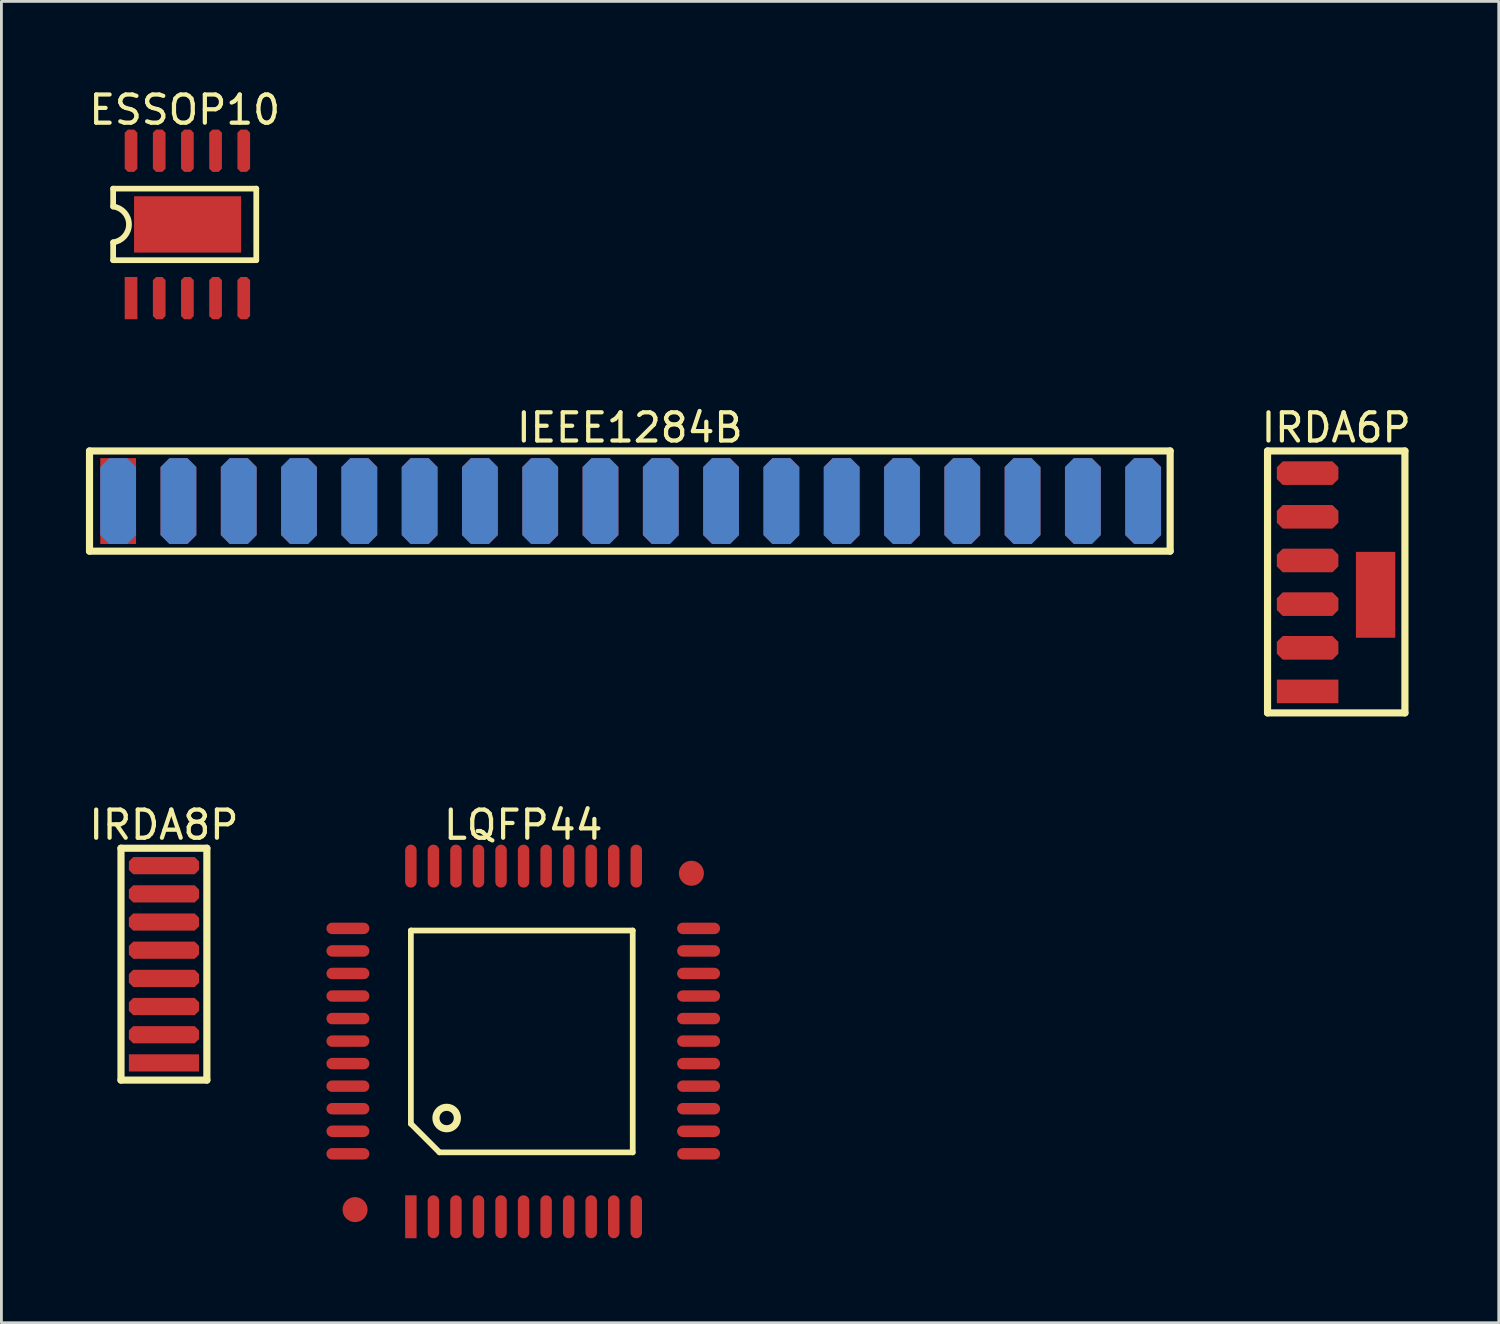
<source format=kicad_pcb>
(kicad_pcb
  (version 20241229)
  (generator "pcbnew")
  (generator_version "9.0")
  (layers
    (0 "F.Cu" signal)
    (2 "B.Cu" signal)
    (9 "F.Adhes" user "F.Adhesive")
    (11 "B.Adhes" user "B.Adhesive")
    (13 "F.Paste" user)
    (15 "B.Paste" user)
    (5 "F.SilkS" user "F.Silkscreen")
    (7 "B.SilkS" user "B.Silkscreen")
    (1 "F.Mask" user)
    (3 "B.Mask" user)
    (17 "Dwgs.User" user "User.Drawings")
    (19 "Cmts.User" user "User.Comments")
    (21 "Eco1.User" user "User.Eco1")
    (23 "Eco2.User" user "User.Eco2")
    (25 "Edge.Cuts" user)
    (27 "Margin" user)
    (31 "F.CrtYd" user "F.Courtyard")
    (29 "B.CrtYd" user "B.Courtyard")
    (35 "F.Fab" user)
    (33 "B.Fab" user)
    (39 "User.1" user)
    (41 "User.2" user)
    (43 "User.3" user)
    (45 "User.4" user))
  (footprint "ESSOP10"
    (layer "F.Cu")
    (at 1.601 7.531)
    (property "Reference" "ESSOP10" (at 1.905 -6.682 0) (layer "F.SilkS") (effects (font (size 1 1) (thickness 0.15))))
    (fp_line (start -0.635 -3.886) (end 4.445 -3.886) (stroke (width 0.203) (type solid)) (layer "F.SilkS"))
    (fp_line (start -0.635 -3.251) (end -0.635 -3.886) (stroke (width 0.203) (type solid)) (layer "F.SilkS"))
    (fp_line (start -0.635 -1.346) (end -0.635 -1.981) (stroke (width 0.203) (type solid)) (layer "F.SilkS"))
    (fp_line (start -0.635 -1.346) (end 4.445 -1.346) (stroke (width 0.203) (type solid)) (layer "F.SilkS"))
    (fp_line (start 4.445 -1.346) (end 4.445 -3.886) (stroke (width 0.203) (type solid)) (layer "F.SilkS"))
    (fp_arc (start -0.634998 -3.2512) (mid -0.07378 -2.6162) (end -0.634999 -1.9812) (stroke (width 0.2032) (type solid)) (layer "F.SilkS"))
    (pad "0" smd rect (at 2.007 -2.616 90) (size 2 3.8) (layers "F.Cu" "F.Mask" "F.Paste"))
    (pad "1" smd rect (at 0 0) (size 0.45 1.5) (layers "F.Cu" "F.Mask" "F.Paste"))
    (pad "2" smd roundrect (at 1 0) (size 0.45 1.5) (layers "F.Cu" "F.Mask" "F.Paste") (roundrect_rratio 0.25) (chamfer_ratio 0.25) (chamfer top_left top_right bottom_left bottom_right))
    (pad "3" smd roundrect (at 2 0) (size 0.45 1.5) (layers "F.Cu" "F.Mask" "F.Paste") (roundrect_rratio 0.25) (chamfer_ratio 0.25) (chamfer top_left top_right bottom_left bottom_right))
    (pad "4" smd roundrect (at 3 0) (size 0.45 1.5) (layers "F.Cu" "F.Mask" "F.Paste") (roundrect_rratio 0.25) (chamfer_ratio 0.25) (chamfer top_left top_right bottom_left bottom_right))
    (pad "5" smd roundrect (at 4 0) (size 0.45 1.5) (layers "F.Cu" "F.Mask" "F.Paste") (roundrect_rratio 0.25) (chamfer_ratio 0.25) (chamfer top_left top_right bottom_left bottom_right))
    (pad "6" smd roundrect (at 4 -5.232) (size 0.45 1.5) (layers "F.Cu" "F.Mask" "F.Paste") (roundrect_rratio 0.25) (chamfer_ratio 0.25) (chamfer top_left top_right bottom_left bottom_right))
    (pad "7" smd roundrect (at 3 -5.232) (size 0.45 1.5) (layers "F.Cu" "F.Mask" "F.Paste") (roundrect_rratio 0.25) (chamfer_ratio 0.25) (chamfer top_left top_right bottom_left bottom_right))
    (pad "8" smd roundrect (at 2 -5.232) (size 0.45 1.5) (layers "F.Cu" "F.Mask" "F.Paste") (roundrect_rratio 0.25) (chamfer_ratio 0.25) (chamfer top_left top_right bottom_left bottom_right))
    (pad "9" smd roundrect (at 1 -5.232) (size 0.45 1.5) (layers "F.Cu" "F.Mask" "F.Paste") (roundrect_rratio 0.25) (chamfer_ratio 0.25) (chamfer top_left top_right bottom_left bottom_right))
    (pad "10" smd roundrect (at 0 -5.232) (size 0.45 1.5) (layers "F.Cu" "F.Mask" "F.Paste") (roundrect_rratio 0.25) (chamfer_ratio 0.25) (chamfer top_left top_right bottom_left bottom_right)))
  (footprint "IRDA8P"
    (layer "F.Cu")
    (at 2.768 34.675)
    (property "Reference" "IRDA8P" (at 0 -8.447 0) (layer "F.SilkS") (effects (font (size 1 1) (thickness 0.15))))
    (fp_line (start -1.524 -7.62) (end 1.524 -7.62) (stroke (width 0.254) (type solid)) (layer "F.SilkS"))
    (fp_line (start -1.524 0.61) (end -1.524 -7.62) (stroke (width 0.254) (type solid)) (layer "F.SilkS"))
    (fp_line (start -1.524 0.61) (end 1.524 0.61) (stroke (width 0.254) (type solid)) (layer "F.SilkS"))
    (fp_line (start 1.524 0.61) (end 1.524 -7.62) (stroke (width 0.254) (type solid)) (layer "F.SilkS"))
    (pad "1" smd rect (at 0 0) (size 2.489 0.61) (layers "F.Cu" "F.Mask" "F.Paste"))
    (pad "2" smd roundrect (at 0 -1) (size 2.489 0.61) (layers "F.Cu" "F.Mask" "F.Paste") (roundrect_rratio 0.25) (chamfer_ratio 0.25) (chamfer top_left top_right bottom_left bottom_right))
    (pad "3" smd roundrect (at 0 -2) (size 2.489 0.61) (layers "F.Cu" "F.Mask" "F.Paste") (roundrect_rratio 0.25) (chamfer_ratio 0.25) (chamfer top_left top_right bottom_left bottom_right))
    (pad "4" smd roundrect (at 0 -3) (size 2.489 0.61) (layers "F.Cu" "F.Mask" "F.Paste") (roundrect_rratio 0.25) (chamfer_ratio 0.25) (chamfer top_left top_right bottom_left bottom_right))
    (pad "5" smd roundrect (at 0 -4) (size 2.489 0.61) (layers "F.Cu" "F.Mask" "F.Paste") (roundrect_rratio 0.25) (chamfer_ratio 0.25) (chamfer top_left top_right bottom_left bottom_right))
    (pad "6" smd roundrect (at 0 -5) (size 2.489 0.61) (layers "F.Cu" "F.Mask" "F.Paste") (roundrect_rratio 0.25) (chamfer_ratio 0.25) (chamfer top_left top_right bottom_left bottom_right))
    (pad "7" smd roundrect (at 0 -6) (size 2.489 0.61) (layers "F.Cu" "F.Mask" "F.Paste") (roundrect_rratio 0.25) (chamfer_ratio 0.25) (chamfer top_left top_right bottom_left bottom_right))
    (pad "8" smd roundrect (at 0 -7) (size 2.489 0.61) (layers "F.Cu" "F.Mask" "F.Paste") (roundrect_rratio 0.25) (chamfer_ratio 0.25) (chamfer top_left top_right bottom_left bottom_right)))
  (footprint "LQFP44"
    (layer "F.Cu")
    (at 11.533 40.136)
    (property "Reference" "LQFP44" (at 3.988 -13.908 0) (layer "F.SilkS") (effects (font (size 1 1) (thickness 0.15))))
    (fp_line (start 0 -10.16) (end 7.874 -10.16) (stroke (width 0.203) (type solid)) (layer "F.SilkS"))
    (fp_line (start 0 -3.302) (end 0 -10.16) (stroke (width 0.203) (type solid)) (layer "F.SilkS"))
    (fp_line (start 0 -3.302) (end 1.016 -2.286) (stroke (width 0.203) (type solid)) (layer "F.SilkS"))
    (fp_line (start 1.016 -2.286) (end 7.874 -2.286) (stroke (width 0.203) (type solid)) (layer "F.SilkS"))
    (fp_line (start 7.874 -2.286) (end 7.874 -10.16) (stroke (width 0.203) (type solid)) (layer "F.SilkS"))
    (fp_circle (center 1.27 -3.505) (end 1.27 -3.886) (stroke (width 0.254) (type solid)) (fill no) (layer "F.SilkS"))
    (pad "0" smd circle (at -1.981 -0.254 90) (size 0.889 0.889) (layers "F.Cu" "F.Mask" "F.Paste"))
    (pad "0" smd circle (at 9.957 -12.192 90) (size 0.889 0.889) (layers "F.Cu" "F.Mask" "F.Paste"))
    (pad "1" smd rect (at 0 0 90) (size 1.524 0.406) (layers "F.Cu" "F.Mask" "F.Paste"))
    (pad "2" smd oval (at 0.8 0 90) (size 1.524 0.406) (layers "F.Cu" "F.Mask" "F.Paste"))
    (pad "3" smd oval (at 1.6 0 90) (size 1.524 0.406) (layers "F.Cu" "F.Mask" "F.Paste"))
    (pad "4" smd oval (at 2.4 0 90) (size 1.524 0.406) (layers "F.Cu" "F.Mask" "F.Paste"))
    (pad "5" smd oval (at 3.2 0 90) (size 1.524 0.406) (layers "F.Cu" "F.Mask" "F.Paste"))
    (pad "6" smd oval (at 4 0 90) (size 1.524 0.406) (layers "F.Cu" "F.Mask" "F.Paste"))
    (pad "7" smd oval (at 4.8 0 90) (size 1.524 0.406) (layers "F.Cu" "F.Mask" "F.Paste"))
    (pad "8" smd oval (at 5.6 0 90) (size 1.524 0.406) (layers "F.Cu" "F.Mask" "F.Paste"))
    (pad "9" smd oval (at 6.4 0 90) (size 1.524 0.406) (layers "F.Cu" "F.Mask" "F.Paste"))
    (pad "10" smd oval (at 7.2 0 90) (size 1.524 0.406) (layers "F.Cu" "F.Mask" "F.Paste"))
    (pad "11" smd oval (at 8 0 90) (size 1.524 0.406) (layers "F.Cu" "F.Mask" "F.Paste"))
    (pad "12" smd oval (at 10.211 -2.235 90) (size 0.406 1.524) (layers "F.Cu" "F.Mask" "F.Paste"))
    (pad "13" smd oval (at 10.211 -3.035 90) (size 0.406 1.524) (layers "F.Cu" "F.Mask" "F.Paste"))
    (pad "14" smd oval (at 10.211 -3.835 90) (size 0.406 1.524) (layers "F.Cu" "F.Mask" "F.Paste"))
    (pad "15" smd oval (at 10.211 -4.635 90) (size 0.406 1.524) (layers "F.Cu" "F.Mask" "F.Paste"))
    (pad "16" smd oval (at 10.211 -5.436 90) (size 0.406 1.524) (layers "F.Cu" "F.Mask" "F.Paste"))
    (pad "17" smd oval (at 10.211 -6.235 90) (size 0.406 1.524) (layers "F.Cu" "F.Mask" "F.Paste"))
    (pad "18" smd oval (at 10.211 -7.035 90) (size 0.406 1.524) (layers "F.Cu" "F.Mask" "F.Paste"))
    (pad "19" smd oval (at 10.211 -7.835 90) (size 0.406 1.524) (layers "F.Cu" "F.Mask" "F.Paste"))
    (pad "20" smd oval (at 10.211 -8.635 90) (size 0.406 1.524) (layers "F.Cu" "F.Mask" "F.Paste"))
    (pad "21" smd oval (at 10.211 -9.435 90) (size 0.406 1.524) (layers "F.Cu" "F.Mask" "F.Paste"))
    (pad "22" smd oval (at 10.211 -10.235 90) (size 0.406 1.524) (layers "F.Cu" "F.Mask" "F.Paste"))
    (pad "23" smd oval (at 8 -12.446 90) (size 1.524 0.406) (layers "F.Cu" "F.Mask" "F.Paste"))
    (pad "24" smd oval (at 7.2 -12.446 90) (size 1.524 0.406) (layers "F.Cu" "F.Mask" "F.Paste"))
    (pad "25" smd oval (at 6.4 -12.446 90) (size 1.524 0.406) (layers "F.Cu" "F.Mask" "F.Paste"))
    (pad "26" smd oval (at 5.6 -12.446 90) (size 1.524 0.406) (layers "F.Cu" "F.Mask" "F.Paste"))
    (pad "27" smd oval (at 4.8 -12.446 90) (size 1.524 0.406) (layers "F.Cu" "F.Mask" "F.Paste"))
    (pad "28" smd oval (at 4 -12.446 90) (size 1.524 0.406) (layers "F.Cu" "F.Mask" "F.Paste"))
    (pad "29" smd oval (at 3.2 -12.446 90) (size 1.524 0.406) (layers "F.Cu" "F.Mask" "F.Paste"))
    (pad "30" smd oval (at 2.4 -12.446 90) (size 1.524 0.406) (layers "F.Cu" "F.Mask" "F.Paste"))
    (pad "31" smd oval (at 1.6 -12.446 90) (size 1.524 0.406) (layers "F.Cu" "F.Mask" "F.Paste"))
    (pad "32" smd oval (at 0.8 -12.446 90) (size 1.524 0.406) (layers "F.Cu" "F.Mask" "F.Paste"))
    (pad "33" smd oval (at 0 -12.446 90) (size 1.524 0.406) (layers "F.Cu" "F.Mask" "F.Paste"))
    (pad "34" smd oval (at -2.235 -10.235 90) (size 0.406 1.524) (layers "F.Cu" "F.Mask" "F.Paste"))
    (pad "35" smd oval (at -2.235 -9.435 90) (size 0.406 1.524) (layers "F.Cu" "F.Mask" "F.Paste"))
    (pad "36" smd oval (at -2.235 -8.635 90) (size 0.406 1.524) (layers "F.Cu" "F.Mask" "F.Paste"))
    (pad "37" smd oval (at -2.235 -7.835 90) (size 0.406 1.524) (layers "F.Cu" "F.Mask" "F.Paste"))
    (pad "38" smd oval (at -2.235 -7.035 90) (size 0.406 1.524) (layers "F.Cu" "F.Mask" "F.Paste"))
    (pad "39" smd oval (at -2.235 -6.235 90) (size 0.406 1.524) (layers "F.Cu" "F.Mask" "F.Paste"))
    (pad "40" smd oval (at -2.235 -5.436 90) (size 0.406 1.524) (layers "F.Cu" "F.Mask" "F.Paste"))
    (pad "41" smd oval (at -2.235 -4.635 90) (size 0.406 1.524) (layers "F.Cu" "F.Mask" "F.Paste"))
    (pad "42" smd oval (at -2.235 -3.835 90) (size 0.406 1.524) (layers "F.Cu" "F.Mask" "F.Paste"))
    (pad "43" smd oval (at -2.235 -3.035 90) (size 0.406 1.524) (layers "F.Cu" "F.Mask" "F.Paste"))
    (pad "44" smd oval (at -2.235 -2.235 90) (size 0.406 1.524) (layers "F.Cu" "F.Mask" "F.Paste")))
  (footprint "IRDA6P"
    (layer "F.Cu")
    (at 43.36 21.49)
    (property "Reference" "IRDA6P" (at 1.016 -9.361 0) (layer "F.SilkS") (effects (font (size 1 1) (thickness 0.15))))
    (fp_line (start -1.422 -8.534) (end 3.454 -8.534) (stroke (width 0.254) (type solid)) (layer "F.SilkS"))
    (fp_line (start -1.422 0.762) (end -1.422 -8.534) (stroke (width 0.254) (type solid)) (layer "F.SilkS"))
    (fp_line (start -1.422 0.762) (end 3.454 0.762) (stroke (width 0.254) (type solid)) (layer "F.SilkS"))
    (fp_line (start 3.454 0.762) (end 3.454 -8.534) (stroke (width 0.254) (type solid)) (layer "F.SilkS"))
    (pad "1" smd rect (at 0 0) (size 2.184 0.838) (layers "F.Cu" "F.Mask" "F.Paste"))
    (pad "2" smd roundrect (at 0 -1.547) (size 2.184 0.838) (layers "F.Cu" "F.Mask" "F.Paste") (roundrect_rratio 0.25) (chamfer_ratio 0.25) (chamfer top_left top_right bottom_left bottom_right))
    (pad "3" smd roundrect (at 0 -3.097) (size 2.184 0.838) (layers "F.Cu" "F.Mask" "F.Paste") (roundrect_rratio 0.25) (chamfer_ratio 0.25) (chamfer top_left top_right bottom_left bottom_right))
    (pad "4" smd roundrect (at 0 -4.647) (size 2.184 0.838) (layers "F.Cu" "F.Mask" "F.Paste") (roundrect_rratio 0.25) (chamfer_ratio 0.25) (chamfer top_left top_right bottom_left bottom_right))
    (pad "5" smd roundrect (at 0 -6.197) (size 2.184 0.838) (layers "F.Cu" "F.Mask" "F.Paste") (roundrect_rratio 0.25) (chamfer_ratio 0.25) (chamfer top_left top_right bottom_left bottom_right))
    (pad "6" smd roundrect (at 0 -7.747) (size 2.184 0.838) (layers "F.Cu" "F.Mask" "F.Paste") (roundrect_rratio 0.25) (chamfer_ratio 0.25) (chamfer top_left top_right bottom_left bottom_right))
    (pad "7" smd rect (at 2.413 -3.429) (size 1.397 3.048) (layers "F.Cu" "F.Mask" "F.Paste")))
  (footprint "IEEE1284B"
    (layer "F.Cu")
    (at 1.143 14.734)
    (property "Reference" "IEEE1284B" (at 18.161 -2.605 0) (layer "F.SilkS") (effects (font (size 1 1) (thickness 0.15))))
    (fp_line (start -1.016 -1.778) (end 37.338 -1.778) (stroke (width 0.254) (type solid)) (layer "F.SilkS"))
    (fp_line (start -1.016 1.778) (end -1.016 -1.778) (stroke (width 0.254) (type solid)) (layer "F.SilkS"))
    (fp_line (start -1.016 1.778) (end 37.338 1.778) (stroke (width 0.254) (type solid)) (layer "F.SilkS"))
    (fp_line (start 37.338 1.778) (end 37.338 -1.778) (stroke (width 0.254) (type solid)) (layer "F.SilkS"))
    (pad "1" smd rect (at 0 0) (size 1.27 3.048) (layers "F.Cu" "F.Mask" "F.Paste"))
    (pad "2" smd roundrect (at 2.14 0) (size 1.27 3.048) (layers "F.Cu" "F.Mask" "F.Paste") (roundrect_rratio 0.25) (chamfer_ratio 0.25) (chamfer top_left top_right bottom_left bottom_right))
    (pad "3" smd roundrect (at 4.28 0) (size 1.27 3.048) (layers "F.Cu" "F.Mask" "F.Paste") (roundrect_rratio 0.25) (chamfer_ratio 0.25) (chamfer top_left top_right bottom_left bottom_right))
    (pad "4" smd roundrect (at 6.42 0) (size 1.27 3.048) (layers "F.Cu" "F.Mask" "F.Paste") (roundrect_rratio 0.25) (chamfer_ratio 0.25) (chamfer top_left top_right bottom_left bottom_right))
    (pad "5" smd roundrect (at 8.56 0) (size 1.27 3.048) (layers "F.Cu" "F.Mask" "F.Paste") (roundrect_rratio 0.25) (chamfer_ratio 0.25) (chamfer top_left top_right bottom_left bottom_right))
    (pad "6" smd roundrect (at 10.7 0) (size 1.27 3.048) (layers "F.Cu" "F.Mask" "F.Paste") (roundrect_rratio 0.25) (chamfer_ratio 0.25) (chamfer top_left top_right bottom_left bottom_right))
    (pad "7" smd roundrect (at 12.84 0) (size 1.27 3.048) (layers "F.Cu" "F.Mask" "F.Paste") (roundrect_rratio 0.25) (chamfer_ratio 0.25) (chamfer top_left top_right bottom_left bottom_right))
    (pad "8" smd roundrect (at 14.98 0) (size 1.27 3.048) (layers "F.Cu" "F.Mask" "F.Paste") (roundrect_rratio 0.25) (chamfer_ratio 0.25) (chamfer top_left top_right bottom_left bottom_right))
    (pad "9" smd roundrect (at 17.12 0) (size 1.27 3.048) (layers "F.Cu" "F.Mask" "F.Paste") (roundrect_rratio 0.25) (chamfer_ratio 0.25) (chamfer top_left top_right bottom_left bottom_right))
    (pad "10" smd roundrect (at 19.26 0) (size 1.27 3.048) (layers "F.Cu" "F.Mask" "F.Paste") (roundrect_rratio 0.25) (chamfer_ratio 0.25) (chamfer top_left top_right bottom_left bottom_right))
    (pad "11" smd roundrect (at 21.4 0) (size 1.27 3.048) (layers "F.Cu" "F.Mask" "F.Paste") (roundrect_rratio 0.25) (chamfer_ratio 0.25) (chamfer top_left top_right bottom_left bottom_right))
    (pad "12" smd roundrect (at 23.54 0) (size 1.27 3.048) (layers "F.Cu" "F.Mask" "F.Paste") (roundrect_rratio 0.25) (chamfer_ratio 0.25) (chamfer top_left top_right bottom_left bottom_right))
    (pad "13" smd roundrect (at 25.68 0) (size 1.27 3.048) (layers "F.Cu" "F.Mask" "F.Paste") (roundrect_rratio 0.25) (chamfer_ratio 0.25) (chamfer top_left top_right bottom_left bottom_right))
    (pad "14" smd roundrect (at 27.82 0) (size 1.27 3.048) (layers "F.Cu" "F.Mask" "F.Paste") (roundrect_rratio 0.25) (chamfer_ratio 0.25) (chamfer top_left top_right bottom_left bottom_right))
    (pad "15" smd roundrect (at 29.96 0) (size 1.27 3.048) (layers "F.Cu" "F.Mask" "F.Paste") (roundrect_rratio 0.25) (chamfer_ratio 0.25) (chamfer top_left top_right bottom_left bottom_right))
    (pad "16" smd roundrect (at 32.1 0) (size 1.27 3.048) (layers "F.Cu" "F.Mask" "F.Paste") (roundrect_rratio 0.25) (chamfer_ratio 0.25) (chamfer top_left top_right bottom_left bottom_right))
    (pad "17" smd roundrect (at 34.24 0) (size 1.27 3.048) (layers "F.Cu" "F.Mask" "F.Paste") (roundrect_rratio 0.25) (chamfer_ratio 0.25) (chamfer top_left top_right bottom_left bottom_right))
    (pad "18" smd roundrect (at 36.38 0) (size 1.27 3.048) (layers "F.Cu" "F.Mask" "F.Paste") (roundrect_rratio 0.25) (chamfer_ratio 0.25) (chamfer top_left top_right bottom_left bottom_right))
    (pad "19" smd roundrect (at 0 0) (size 1.27 3.048) (layers "B.Cu" "B.Mask" "B.Paste") (roundrect_rratio 0.25) (chamfer_ratio 0.25) (chamfer top_left top_right bottom_left bottom_right))
    (pad "20" smd roundrect (at 2.14 0) (size 1.27 3.048) (layers "B.Cu" "B.Mask" "B.Paste") (roundrect_rratio 0.25) (chamfer_ratio 0.25) (chamfer top_left top_right bottom_left bottom_right))
    (pad "21" smd roundrect (at 4.28 0) (size 1.27 3.048) (layers "B.Cu" "B.Mask" "B.Paste") (roundrect_rratio 0.25) (chamfer_ratio 0.25) (chamfer top_left top_right bottom_left bottom_right))
    (pad "22" smd roundrect (at 6.42 0) (size 1.27 3.048) (layers "B.Cu" "B.Mask" "B.Paste") (roundrect_rratio 0.25) (chamfer_ratio 0.25) (chamfer top_left top_right bottom_left bottom_right))
    (pad "23" smd roundrect (at 8.56 0) (size 1.27 3.048) (layers "B.Cu" "B.Mask" "B.Paste") (roundrect_rratio 0.25) (chamfer_ratio 0.25) (chamfer top_left top_right bottom_left bottom_right))
    (pad "24" smd roundrect (at 10.7 0) (size 1.27 3.048) (layers "B.Cu" "B.Mask" "B.Paste") (roundrect_rratio 0.25) (chamfer_ratio 0.25) (chamfer top_left top_right bottom_left bottom_right))
    (pad "25" smd roundrect (at 12.84 0) (size 1.27 3.048) (layers "B.Cu" "B.Mask" "B.Paste") (roundrect_rratio 0.25) (chamfer_ratio 0.25) (chamfer top_left top_right bottom_left bottom_right))
    (pad "26" smd roundrect (at 14.98 0) (size 1.27 3.048) (layers "B.Cu" "B.Mask" "B.Paste") (roundrect_rratio 0.25) (chamfer_ratio 0.25) (chamfer top_left top_right bottom_left bottom_right))
    (pad "27" smd roundrect (at 17.12 0) (size 1.27 3.048) (layers "B.Cu" "B.Mask" "B.Paste") (roundrect_rratio 0.25) (chamfer_ratio 0.25) (chamfer top_left top_right bottom_left bottom_right))
    (pad "28" smd roundrect (at 19.26 0) (size 1.27 3.048) (layers "B.Cu" "B.Mask" "B.Paste") (roundrect_rratio 0.25) (chamfer_ratio 0.25) (chamfer top_left top_right bottom_left bottom_right))
    (pad "29" smd roundrect (at 21.4 0) (size 1.27 3.048) (layers "B.Cu" "B.Mask" "B.Paste") (roundrect_rratio 0.25) (chamfer_ratio 0.25) (chamfer top_left top_right bottom_left bottom_right))
    (pad "30" smd roundrect (at 23.54 0) (size 1.27 3.048) (layers "B.Cu" "B.Mask" "B.Paste") (roundrect_rratio 0.25) (chamfer_ratio 0.25) (chamfer top_left top_right bottom_left bottom_right))
    (pad "31" smd roundrect (at 25.68 0) (size 1.27 3.048) (layers "B.Cu" "B.Mask" "B.Paste") (roundrect_rratio 0.25) (chamfer_ratio 0.25) (chamfer top_left top_right bottom_left bottom_right))
    (pad "32" smd roundrect (at 27.82 0) (size 1.27 3.048) (layers "B.Cu" "B.Mask" "B.Paste") (roundrect_rratio 0.25) (chamfer_ratio 0.25) (chamfer top_left top_right bottom_left bottom_right))
    (pad "33" smd roundrect (at 29.96 0) (size 1.27 3.048) (layers "B.Cu" "B.Mask" "B.Paste") (roundrect_rratio 0.25) (chamfer_ratio 0.25) (chamfer top_left top_right bottom_left bottom_right))
    (pad "34" smd roundrect (at 32.1 0) (size 1.27 3.048) (layers "B.Cu" "B.Mask" "B.Paste") (roundrect_rratio 0.25) (chamfer_ratio 0.25) (chamfer top_left top_right bottom_left bottom_right))
    (pad "35" smd roundrect (at 34.24 0) (size 1.27 3.048) (layers "B.Cu" "B.Mask" "B.Paste") (roundrect_rratio 0.25) (chamfer_ratio 0.25) (chamfer top_left top_right bottom_left bottom_right))
    (pad "36" smd roundrect (at 36.38 0) (size 1.27 3.048) (layers "B.Cu" "B.Mask" "B.Paste") (roundrect_rratio 0.25) (chamfer_ratio 0.25) (chamfer top_left top_right bottom_left bottom_right)))
  (gr_rect
    (start -3 -3)
    (end 50.144 43.898)
    (stroke (width 0.1) (type default))
    (fill no)
    (layer "Edge.Cuts")))
</source>
